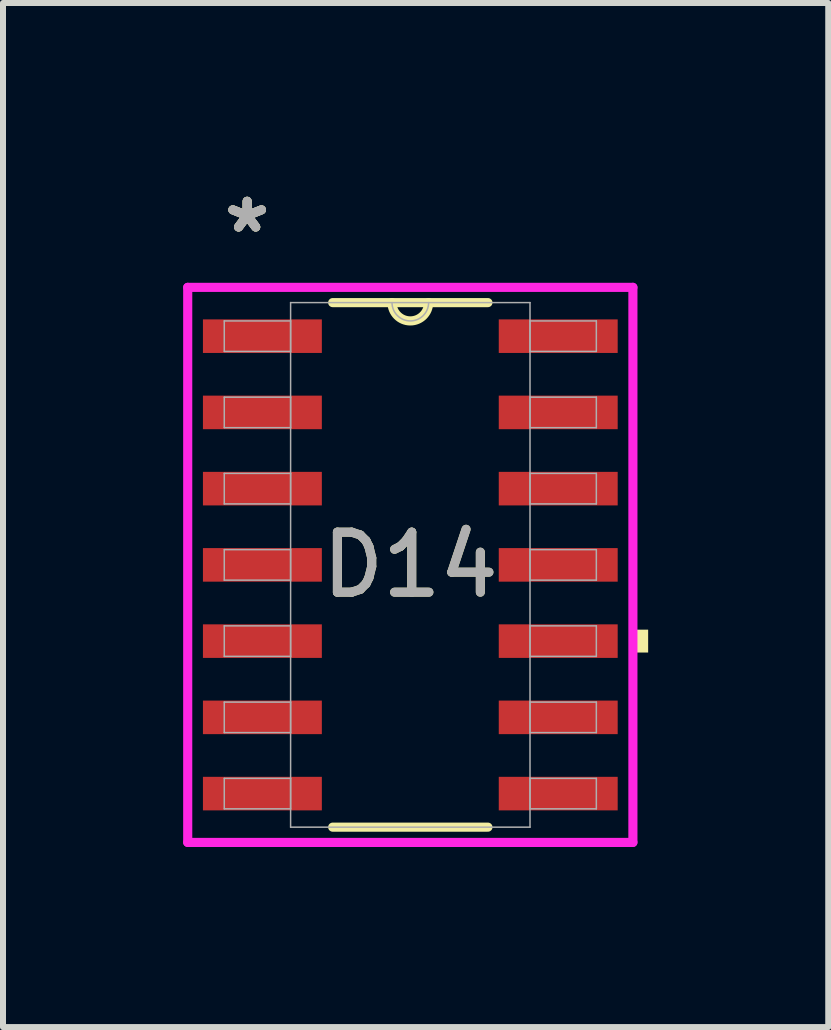
<source format=kicad_pcb>
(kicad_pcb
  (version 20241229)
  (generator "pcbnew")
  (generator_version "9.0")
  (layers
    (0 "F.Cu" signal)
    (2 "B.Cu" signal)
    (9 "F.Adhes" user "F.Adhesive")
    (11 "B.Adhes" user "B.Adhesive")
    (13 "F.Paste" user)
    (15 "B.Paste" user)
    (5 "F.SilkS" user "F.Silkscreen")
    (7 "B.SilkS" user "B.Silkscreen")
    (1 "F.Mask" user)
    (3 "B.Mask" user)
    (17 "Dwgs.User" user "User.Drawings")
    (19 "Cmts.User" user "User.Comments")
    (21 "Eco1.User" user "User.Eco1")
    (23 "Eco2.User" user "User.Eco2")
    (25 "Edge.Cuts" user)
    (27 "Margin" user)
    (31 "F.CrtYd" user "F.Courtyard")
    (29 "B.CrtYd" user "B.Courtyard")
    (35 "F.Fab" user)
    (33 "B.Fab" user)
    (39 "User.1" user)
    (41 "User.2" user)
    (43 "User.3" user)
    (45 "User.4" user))
  (footprint "D14"
    (layer "F.Cu")
    (at 3.785 6.36)
    (property "Reference" "D14" (at 0 0 0) (unlocked yes) (layer "F.SilkS") (effects (font (size 1 1) (thickness 0.15))))
    (attr smd)
    (fp_line (start -1.293 4.369) (end 1.293 4.369) (stroke (width 0.152) (type solid)) (layer "F.SilkS"))
    (fp_line (start 1.293 -4.369) (end -1.293 -4.369) (stroke (width 0.152) (type solid)) (layer "F.SilkS"))
    (fp_arc (start 0.3048 -4.3688) (mid 0 -4.064) (end -0.3048 -4.3688) (stroke (width 0.1524) (type solid)) (layer "F.SilkS"))
    (fp_poly (pts (xy 3.962 1.079) (xy 3.962 1.46) (xy 3.708 1.46) (xy 3.708 1.079)) (stroke (width 0) (type solid)) (fill yes) (layer "F.SilkS"))
    (fp_line (start -3.708 -4.623) (end 3.708 -4.623) (stroke (width 0.152) (type solid)) (layer "F.CrtYd"))
    (fp_line (start -3.708 4.623) (end -3.708 -4.623) (stroke (width 0.152) (type solid)) (layer "F.CrtYd"))
    (fp_line (start 3.708 -4.623) (end 3.708 4.623) (stroke (width 0.152) (type solid)) (layer "F.CrtYd"))
    (fp_line (start 3.708 4.623) (end -3.708 4.623) (stroke (width 0.152) (type solid)) (layer "F.CrtYd"))
    (fp_line (start -3.099 -4.064) (end -3.099 -3.556) (stroke (width 0.025) (type solid)) (layer "F.Fab"))
    (fp_line (start -3.099 -3.556) (end -1.994 -3.556) (stroke (width 0.025) (type solid)) (layer "F.Fab"))
    (fp_line (start -3.099 -2.794) (end -3.099 -2.286) (stroke (width 0.025) (type solid)) (layer "F.Fab"))
    (fp_line (start -3.099 -2.286) (end -1.994 -2.286) (stroke (width 0.025) (type solid)) (layer "F.Fab"))
    (fp_line (start -3.099 -1.524) (end -3.099 -1.016) (stroke (width 0.025) (type solid)) (layer "F.Fab"))
    (fp_line (start -3.099 -1.016) (end -1.994 -1.016) (stroke (width 0.025) (type solid)) (layer "F.Fab"))
    (fp_line (start -3.099 -0.254) (end -3.099 0.254) (stroke (width 0.025) (type solid)) (layer "F.Fab"))
    (fp_line (start -3.099 0.254) (end -1.994 0.254) (stroke (width 0.025) (type solid)) (layer "F.Fab"))
    (fp_line (start -3.099 1.016) (end -3.099 1.524) (stroke (width 0.025) (type solid)) (layer "F.Fab"))
    (fp_line (start -3.099 1.524) (end -1.994 1.524) (stroke (width 0.025) (type solid)) (layer "F.Fab"))
    (fp_line (start -3.099 2.286) (end -3.099 2.794) (stroke (width 0.025) (type solid)) (layer "F.Fab"))
    (fp_line (start -3.099 2.794) (end -1.994 2.794) (stroke (width 0.025) (type solid)) (layer "F.Fab"))
    (fp_line (start -3.099 3.556) (end -3.099 4.064) (stroke (width 0.025) (type solid)) (layer "F.Fab"))
    (fp_line (start -3.099 4.064) (end -1.994 4.064) (stroke (width 0.025) (type solid)) (layer "F.Fab"))
    (fp_line (start -1.994 -4.369) (end -1.994 4.369) (stroke (width 0.025) (type solid)) (layer "F.Fab"))
    (fp_line (start -1.994 -4.064) (end -3.099 -4.064) (stroke (width 0.025) (type solid)) (layer "F.Fab"))
    (fp_line (start -1.994 -3.556) (end -1.994 -4.064) (stroke (width 0.025) (type solid)) (layer "F.Fab"))
    (fp_line (start -1.994 -2.794) (end -3.099 -2.794) (stroke (width 0.025) (type solid)) (layer "F.Fab"))
    (fp_line (start -1.994 -2.286) (end -1.994 -2.794) (stroke (width 0.025) (type solid)) (layer "F.Fab"))
    (fp_line (start -1.994 -1.524) (end -3.099 -1.524) (stroke (width 0.025) (type solid)) (layer "F.Fab"))
    (fp_line (start -1.994 -1.016) (end -1.994 -1.524) (stroke (width 0.025) (type solid)) (layer "F.Fab"))
    (fp_line (start -1.994 -0.254) (end -3.099 -0.254) (stroke (width 0.025) (type solid)) (layer "F.Fab"))
    (fp_line (start -1.994 0.254) (end -1.994 -0.254) (stroke (width 0.025) (type solid)) (layer "F.Fab"))
    (fp_line (start -1.994 1.016) (end -3.099 1.016) (stroke (width 0.025) (type solid)) (layer "F.Fab"))
    (fp_line (start -1.994 1.524) (end -1.994 1.016) (stroke (width 0.025) (type solid)) (layer "F.Fab"))
    (fp_line (start -1.994 2.286) (end -3.099 2.286) (stroke (width 0.025) (type solid)) (layer "F.Fab"))
    (fp_line (start -1.994 2.794) (end -1.994 2.286) (stroke (width 0.025) (type solid)) (layer "F.Fab"))
    (fp_line (start -1.994 3.556) (end -3.099 3.556) (stroke (width 0.025) (type solid)) (layer "F.Fab"))
    (fp_line (start -1.994 4.064) (end -1.994 3.556) (stroke (width 0.025) (type solid)) (layer "F.Fab"))
    (fp_line (start -1.994 4.369) (end 1.994 4.369) (stroke (width 0.025) (type solid)) (layer "F.Fab"))
    (fp_line (start 1.994 -4.369) (end -1.994 -4.369) (stroke (width 0.025) (type solid)) (layer "F.Fab"))
    (fp_line (start 1.994 -4.064) (end 1.994 -3.556) (stroke (width 0.025) (type solid)) (layer "F.Fab"))
    (fp_line (start 1.994 -3.556) (end 3.099 -3.556) (stroke (width 0.025) (type solid)) (layer "F.Fab"))
    (fp_line (start 1.994 -2.794) (end 1.994 -2.286) (stroke (width 0.025) (type solid)) (layer "F.Fab"))
    (fp_line (start 1.994 -2.286) (end 3.099 -2.286) (stroke (width 0.025) (type solid)) (layer "F.Fab"))
    (fp_line (start 1.994 -1.524) (end 1.994 -1.016) (stroke (width 0.025) (type solid)) (layer "F.Fab"))
    (fp_line (start 1.994 -1.016) (end 3.099 -1.016) (stroke (width 0.025) (type solid)) (layer "F.Fab"))
    (fp_line (start 1.994 -0.254) (end 1.994 0.254) (stroke (width 0.025) (type solid)) (layer "F.Fab"))
    (fp_line (start 1.994 0.254) (end 3.099 0.254) (stroke (width 0.025) (type solid)) (layer "F.Fab"))
    (fp_line (start 1.994 1.016) (end 1.994 1.524) (stroke (width 0.025) (type solid)) (layer "F.Fab"))
    (fp_line (start 1.994 1.524) (end 3.099 1.524) (stroke (width 0.025) (type solid)) (layer "F.Fab"))
    (fp_line (start 1.994 2.286) (end 1.994 2.794) (stroke (width 0.025) (type solid)) (layer "F.Fab"))
    (fp_line (start 1.994 2.794) (end 3.099 2.794) (stroke (width 0.025) (type solid)) (layer "F.Fab"))
    (fp_line (start 1.994 3.556) (end 1.994 4.064) (stroke (width 0.025) (type solid)) (layer "F.Fab"))
    (fp_line (start 1.994 4.064) (end 3.099 4.064) (stroke (width 0.025) (type solid)) (layer "F.Fab"))
    (fp_line (start 1.994 4.369) (end 1.994 -4.369) (stroke (width 0.025) (type solid)) (layer "F.Fab"))
    (fp_line (start 3.099 -4.064) (end 1.994 -4.064) (stroke (width 0.025) (type solid)) (layer "F.Fab"))
    (fp_line (start 3.099 -3.556) (end 3.099 -4.064) (stroke (width 0.025) (type solid)) (layer "F.Fab"))
    (fp_line (start 3.099 -2.794) (end 1.994 -2.794) (stroke (width 0.025) (type solid)) (layer "F.Fab"))
    (fp_line (start 3.099 -2.286) (end 3.099 -2.794) (stroke (width 0.025) (type solid)) (layer "F.Fab"))
    (fp_line (start 3.099 -1.524) (end 1.994 -1.524) (stroke (width 0.025) (type solid)) (layer "F.Fab"))
    (fp_line (start 3.099 -1.016) (end 3.099 -1.524) (stroke (width 0.025) (type solid)) (layer "F.Fab"))
    (fp_line (start 3.099 -0.254) (end 1.994 -0.254) (stroke (width 0.025) (type solid)) (layer "F.Fab"))
    (fp_line (start 3.099 0.254) (end 3.099 -0.254) (stroke (width 0.025) (type solid)) (layer "F.Fab"))
    (fp_line (start 3.099 1.016) (end 1.994 1.016) (stroke (width 0.025) (type solid)) (layer "F.Fab"))
    (fp_line (start 3.099 1.524) (end 3.099 1.016) (stroke (width 0.025) (type solid)) (layer "F.Fab"))
    (fp_line (start 3.099 2.286) (end 1.994 2.286) (stroke (width 0.025) (type solid)) (layer "F.Fab"))
    (fp_line (start 3.099 2.794) (end 3.099 2.286) (stroke (width 0.025) (type solid)) (layer "F.Fab"))
    (fp_line (start 3.099 3.556) (end 1.994 3.556) (stroke (width 0.025) (type solid)) (layer "F.Fab"))
    (fp_line (start 3.099 4.064) (end 3.099 3.556) (stroke (width 0.025) (type solid)) (layer "F.Fab"))
    (fp_arc (start 0.3048 -4.3688) (mid 0 -4.064) (end -0.3048 -4.3688) (stroke (width 0.0254) (type solid)) (layer "F.Fab"))
    (fp_text user "*" (at -2.718 -5.512 0) (unlocked yes) (layer "F.SilkS") (effects (font (size 1 1) (thickness 0.15))))
    (fp_text user "*" (at -2.718 -5.512 0) (layer "F.SilkS") (effects (font (size 1 1) (thickness 0.15))))
    (fp_text user "*" (at -2.718 -5.512 0) (layer "F.Fab") (effects (font (size 1 1) (thickness 0.15))))
    (fp_text user "*" (at -2.718 -5.512 0) (unlocked yes) (layer "F.Fab") (effects (font (size 1 1) (thickness 0.15))))
    (fp_text user "${REFERENCE}" (at 0 0 0) (unlocked yes) (layer "F.Fab") (effects (font (size 1 1) (thickness 0.15))))
    (pad "1" smd rect (at -2.464 -3.81) (size 1.981 0.559) (layers "F.Cu" "F.Mask" "F.Paste"))
    (pad "2" smd rect (at -2.464 -2.54) (size 1.981 0.559) (layers "F.Cu" "F.Mask" "F.Paste"))
    (pad "3" smd rect (at -2.464 -1.27) (size 1.981 0.559) (layers "F.Cu" "F.Mask" "F.Paste"))
    (pad "4" smd rect (at -2.464 0) (size 1.981 0.559) (layers "F.Cu" "F.Mask" "F.Paste"))
    (pad "5" smd rect (at -2.464 1.27) (size 1.981 0.559) (layers "F.Cu" "F.Mask" "F.Paste"))
    (pad "6" smd rect (at -2.464 2.54) (size 1.981 0.559) (layers "F.Cu" "F.Mask" "F.Paste"))
    (pad "7" smd rect (at -2.464 3.81) (size 1.981 0.559) (layers "F.Cu" "F.Mask" "F.Paste"))
    (pad "8" smd rect (at 2.464 3.81) (size 1.981 0.559) (layers "F.Cu" "F.Mask" "F.Paste"))
    (pad "9" smd rect (at 2.464 2.54) (size 1.981 0.559) (layers "F.Cu" "F.Mask" "F.Paste"))
    (pad "10" smd rect (at 2.464 1.27) (size 1.981 0.559) (layers "F.Cu" "F.Mask" "F.Paste"))
    (pad "11" smd rect (at 2.464 0) (size 1.981 0.559) (layers "F.Cu" "F.Mask" "F.Paste"))
    (pad "12" smd rect (at 2.464 -1.27) (size 1.981 0.559) (layers "F.Cu" "F.Mask" "F.Paste"))
    (pad "13" smd rect (at 2.464 -2.54) (size 1.981 0.559) (layers "F.Cu" "F.Mask" "F.Paste"))
    (pad "14" smd rect (at 2.464 -3.81) (size 1.981 0.559) (layers "F.Cu" "F.Mask" "F.Paste")))
  (gr_rect
    (start -3 -3)
    (end 10.747 14.059)
    (stroke (width 0.1) (type default))
    (fill no)
    (layer "Edge.Cuts")))
</source>
